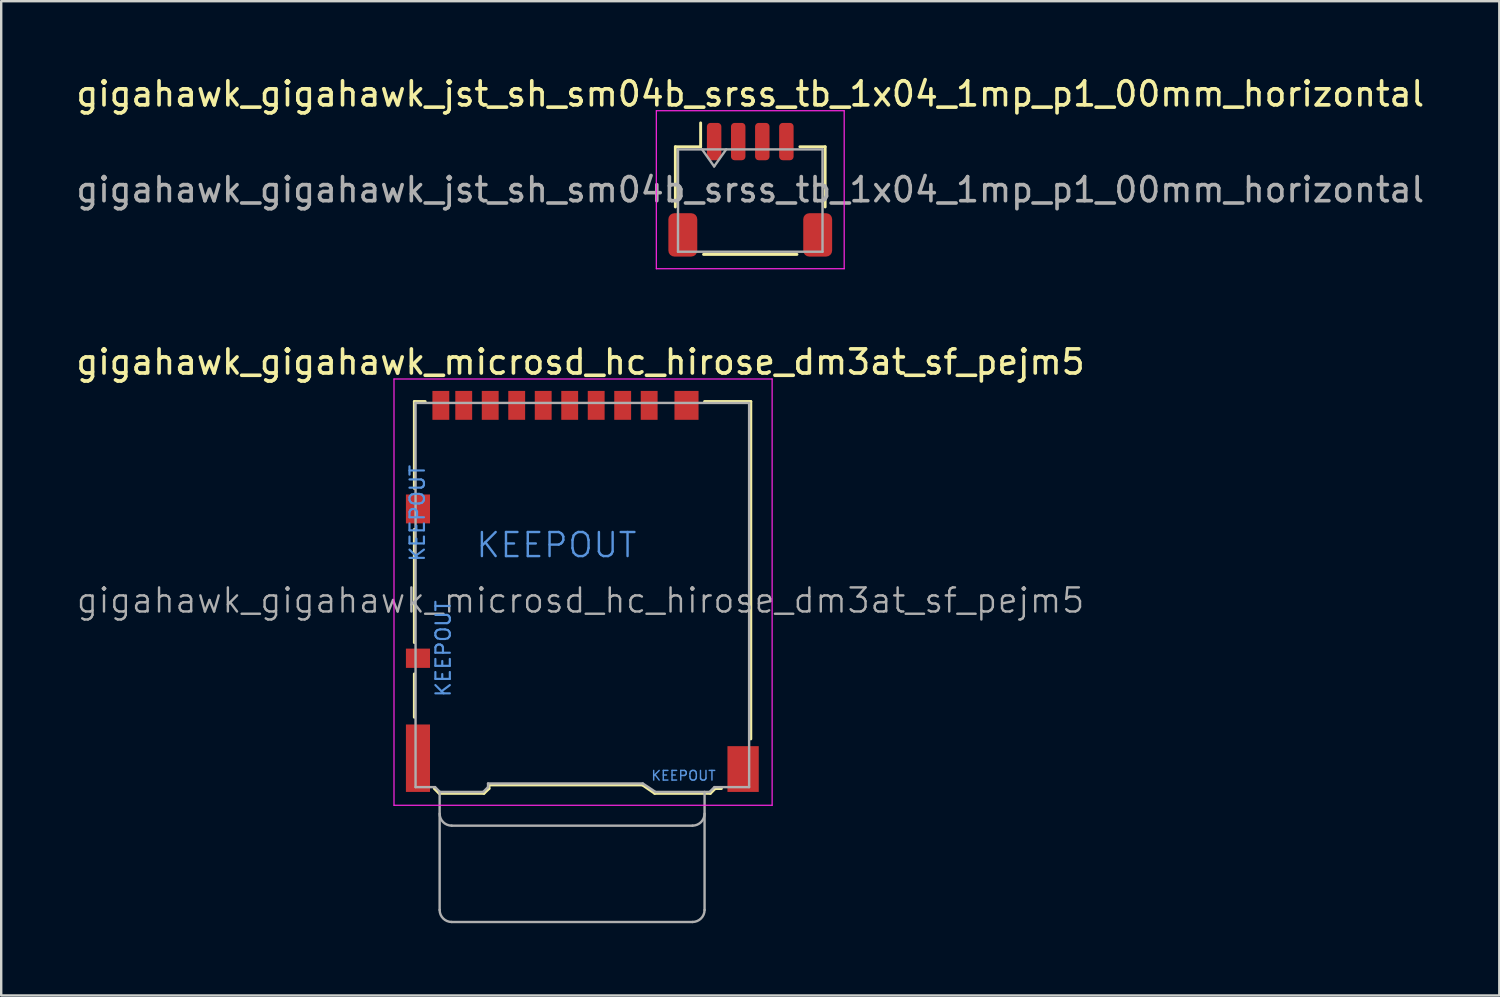
<source format=kicad_pcb>
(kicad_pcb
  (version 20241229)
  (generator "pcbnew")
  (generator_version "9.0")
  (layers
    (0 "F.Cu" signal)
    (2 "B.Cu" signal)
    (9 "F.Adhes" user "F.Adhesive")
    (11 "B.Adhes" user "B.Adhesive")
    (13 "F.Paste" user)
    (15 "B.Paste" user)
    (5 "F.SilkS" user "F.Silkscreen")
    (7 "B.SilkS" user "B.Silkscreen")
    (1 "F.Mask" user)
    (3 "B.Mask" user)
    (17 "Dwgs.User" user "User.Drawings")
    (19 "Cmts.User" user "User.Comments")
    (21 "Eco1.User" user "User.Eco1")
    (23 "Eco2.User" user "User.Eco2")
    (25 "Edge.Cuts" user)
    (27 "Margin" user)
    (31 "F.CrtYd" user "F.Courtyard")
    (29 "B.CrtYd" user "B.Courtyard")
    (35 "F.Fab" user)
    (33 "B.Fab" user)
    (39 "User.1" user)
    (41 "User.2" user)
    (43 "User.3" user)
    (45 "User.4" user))
  (footprint "gigahawk_gigahawk_microsd_hc_hirose_dm3at_sf_pejm5"
    (layer "F.Cu")
    (at 21.129 21.506)
    (property "Reference" "gigahawk_gigahawk_microsd_hc_hirose_dm3at_sf_pejm5" (at -0.075 -9.525 0) (layer "F.SilkS") (effects (font (size 1 1) (thickness 0.15))))
    (attr smd)
    (fp_line (start -6.975 -7.885) (end -6.975 -4.275) (stroke (width 0.12) (type solid)) (layer "F.SilkS"))
    (fp_line (start -6.975 -2.575) (end -6.975 2.125) (stroke (width 0.12) (type solid)) (layer "F.SilkS"))
    (fp_line (start -6.975 3.425) (end -6.975 5.225) (stroke (width 0.12) (type solid)) (layer "F.SilkS"))
    (fp_line (start -6.525 -7.885) (end -6.975 -7.885) (stroke (width 0.12) (type solid)) (layer "F.SilkS"))
    (fp_line (start -5.945 8.385) (end -6.145 8.185) (stroke (width 0.12) (type solid)) (layer "F.SilkS"))
    (fp_line (start -5.945 8.385) (end -4.085 8.385) (stroke (width 0.12) (type solid)) (layer "F.SilkS"))
    (fp_line (start -4.085 8.385) (end -3.875 8.185) (stroke (width 0.12) (type solid)) (layer "F.SilkS"))
    (fp_line (start -3.875 8.035) (end -3.875 8.185) (stroke (width 0.12) (type solid)) (layer "F.SilkS"))
    (fp_line (start -3.875 8.035) (end 2.495 8.035) (stroke (width 0.12) (type solid)) (layer "F.SilkS"))
    (fp_line (start 3.005 8.385) (end 2.495 8.035) (stroke (width 0.12) (type solid)) (layer "F.SilkS"))
    (fp_line (start 5.075 -7.885) (end 6.995 -7.885) (stroke (width 0.12) (type solid)) (layer "F.SilkS"))
    (fp_line (start 5.315 8.385) (end 3.005 8.385) (stroke (width 0.12) (type solid)) (layer "F.SilkS"))
    (fp_line (start 5.315 8.385) (end 5.515 8.185) (stroke (width 0.12) (type solid)) (layer "F.SilkS"))
    (fp_line (start 5.515 8.185) (end 5.775 8.185) (stroke (width 0.12) (type solid)) (layer "F.SilkS"))
    (fp_line (start 6.995 -7.885) (end 6.995 6.125) (stroke (width 0.12) (type solid)) (layer "F.SilkS"))
    (fp_line (start -7.82 -8.82) (end 7.88 -8.82) (stroke (width 0.05) (type solid)) (layer "F.CrtYd"))
    (fp_line (start -7.82 8.88) (end -7.82 -8.82) (stroke (width 0.05) (type solid)) (layer "F.CrtYd"))
    (fp_line (start 7.88 -8.82) (end 7.88 8.88) (stroke (width 0.05) (type solid)) (layer "F.CrtYd"))
    (fp_line (start 7.88 8.88) (end -7.82 8.88) (stroke (width 0.05) (type solid)) (layer "F.CrtYd"))
    (fp_line (start -6.925 8.125) (end -6.925 -7.825) (stroke (width 0.1) (type solid)) (layer "F.Fab"))
    (fp_line (start -6.115 8.125) (end -6.925 8.125) (stroke (width 0.1) (type solid)) (layer "F.Fab"))
    (fp_line (start -5.925 8.325) (end -5.925 13.225) (stroke (width 0.1) (type solid)) (layer "F.Fab"))
    (fp_line (start -5.915 8.325) (end -6.115 8.125) (stroke (width 0.1) (type solid)) (layer "F.Fab"))
    (fp_line (start -5.425 9.725) (end 4.575 9.725) (stroke (width 0.1) (type solid)) (layer "F.Fab"))
    (fp_line (start -5.425 13.725) (end 4.575 13.725) (stroke (width 0.1) (type solid)) (layer "F.Fab"))
    (fp_line (start -4.115 8.325) (end -5.915 8.325) (stroke (width 0.1) (type solid)) (layer "F.Fab"))
    (fp_line (start -3.915 8.125) (end -4.115 8.325) (stroke (width 0.1) (type solid)) (layer "F.Fab"))
    (fp_line (start -3.915 8.125) (end -3.915 7.975) (stroke (width 0.1) (type solid)) (layer "F.Fab"))
    (fp_line (start 2.51 7.975) (end -3.915 7.975) (stroke (width 0.1) (type solid)) (layer "F.Fab"))
    (fp_line (start 3.035 8.325) (end 2.51 7.975) (stroke (width 0.1) (type solid)) (layer "F.Fab"))
    (fp_line (start 5.075 13.225) (end 5.075 8.325) (stroke (width 0.1) (type solid)) (layer "F.Fab"))
    (fp_line (start 5.285 8.325) (end 3.035 8.325) (stroke (width 0.1) (type solid)) (layer "F.Fab"))
    (fp_line (start 5.285 8.325) (end 5.485 8.125) (stroke (width 0.1) (type solid)) (layer "F.Fab"))
    (fp_line (start 5.485 8.125) (end 6.925 8.125) (stroke (width 0.1) (type solid)) (layer "F.Fab"))
    (fp_line (start 6.925 -7.825) (end -6.925 -7.825) (stroke (width 0.1) (type solid)) (layer "F.Fab"))
    (fp_line (start 6.925 8.125) (end 6.925 -7.825) (stroke (width 0.1) (type solid)) (layer "F.Fab"))
    (fp_arc (start -5.425 9.725) (mid -5.778553 9.578553) (end -5.925 9.225) (stroke (width 0.1) (type solid)) (layer "F.Fab"))
    (fp_arc (start -5.425 13.725) (mid -5.778553 13.578553) (end -5.925 13.225) (stroke (width 0.1) (type solid)) (layer "F.Fab"))
    (fp_arc (start 5.075 9.225) (mid 4.928553 9.578553) (end 4.575 9.725) (stroke (width 0.1) (type solid)) (layer "F.Fab"))
    (fp_arc (start 5.075 13.225) (mid 4.928553 13.578553) (end 4.575 13.725) (stroke (width 0.1) (type solid)) (layer "F.Fab"))
    (fp_text user "KEEPOUT" (at -5.775 2.375 90) (layer "Cmts.User") (effects (font (size 0.6 0.6) (thickness 0.09))))
    (fp_text user "KEEPOUT" (at 4.2 7.65 0) (layer "Cmts.User") (effects (font (size 0.4 0.4) (thickness 0.06))))
    (fp_text user "KEEPOUT" (at -1.075 -1.925 0) (layer "Cmts.User") (effects (font (size 1 1) (thickness 0.1))))
    (fp_text user "KEEPOUT" (at -6.85 -3.25 90) (layer "Cmts.User") (effects (font (size 0.6 0.6) (thickness 0.09))))
    (fp_text user "${REFERENCE}" (at -0.075 0.375 0) (layer "F.Fab") (effects (font (size 1 1) (thickness 0.1))))
    (pad "1" smd rect (at 2.775 -7.725) (size 0.7 1.2) (layers "F.Cu" "F.Mask" "F.Paste"))
    (pad "2" smd rect (at 1.675 -7.725) (size 0.7 1.2) (layers "F.Cu" "F.Mask" "F.Paste"))
    (pad "3" smd rect (at 0.575 -7.725) (size 0.7 1.2) (layers "F.Cu" "F.Mask" "F.Paste"))
    (pad "4" smd rect (at -0.525 -7.725) (size 0.7 1.2) (layers "F.Cu" "F.Mask" "F.Paste"))
    (pad "5" smd rect (at -1.625 -7.725) (size 0.7 1.2) (layers "F.Cu" "F.Mask" "F.Paste"))
    (pad "6" smd rect (at -2.725 -7.725) (size 0.7 1.2) (layers "F.Cu" "F.Mask" "F.Paste"))
    (pad "7" smd rect (at -3.825 -7.725) (size 0.7 1.2) (layers "F.Cu" "F.Mask" "F.Paste"))
    (pad "8" smd rect (at -4.925 -7.725) (size 0.7 1.2) (layers "F.Cu" "F.Mask" "F.Paste"))
    (pad "9" smd rect (at -5.875 -7.725) (size 0.7 1.2) (layers "F.Cu" "F.Mask" "F.Paste"))
    (pad "10" smd rect (at -6.825 2.775) (size 1 0.8) (layers "F.Cu" "F.Mask" "F.Paste"))
    (pad "11" smd rect (at -6.825 -3.425) (size 1 1.2) (layers "F.Cu" "F.Mask" "F.Paste"))
    (pad "11" smd rect (at -6.825 6.925) (size 1 2.8) (layers "F.Cu" "F.Mask" "F.Paste"))
    (pad "11" smd rect (at 4.325 -7.725) (size 1 1.2) (layers "F.Cu" "F.Mask" "F.Paste"))
    (pad "11" smd rect (at 6.675 7.375) (size 1.3 1.9) (layers "F.Cu" "F.Mask" "F.Paste"))
    (zone (net_name "") (layer "F.Cu") (hatch full 0.508) (connect_pads) (min_thickness 0.254) (filled_areas_thickness no) (keepout (tracks not_allowed) (vias not_allowed) (pads not_allowed) (copperpour not_allowed) (footprints not_allowed)) (placement (enabled no)) (fill) (polygon (pts (xy 14.654 17.482) (xy 13.904 17.482) (xy 13.904 14.232) (xy 14.654 14.232))))
    (zone (net_name "") (layer "F.Cu") (hatch full 0.508) (connect_pads) (min_thickness 0.254) (filled_areas_thickness no) (keepout (tracks not_allowed) (vias not_allowed) (pads not_allowed) (copperpour not_allowed) (footprints not_allowed)) (placement (enabled no)) (fill) (polygon (pts (xy 14.654 22.282) (xy 13.904 22.282) (xy 13.904 18.681) (xy 14.654 18.681))))
    (zone (net_name "") (layer "F.Cu") (hatch full 0.508) (connect_pads) (min_thickness 0.254) (filled_areas_thickness no) (keepout (tracks not_allowed) (vias not_allowed) (pads not_allowed) (copperpour not_allowed) (footprints not_allowed)) (placement (enabled no)) (fill) (polygon (pts (xy 15.004 20.081) (xy 15.704 20.081) (xy 15.704 27.681) (xy 15.004 27.681))))
    (zone (net_name "") (layer "F.Cu") (hatch full 0.508) (connect_pads) (min_thickness 0.254) (filled_areas_thickness no) (keepout (tracks not_allowed) (vias not_allowed) (pads not_allowed) (copperpour not_allowed) (footprints not_allowed)) (placement (enabled no)) (fill) (polygon (pts (xy 24.054 28.482) (xy 26.604 28.482) (xy 26.604 29.831) (xy 24.054 29.831))))
    (zone (net_name "") (layer "F.Cu") (hatch full 0.508) (connect_pads) (min_thickness 0.254) (filled_areas_thickness no) (keepout (tracks not_allowed) (vias not_allowed) (pads not_allowed) (copperpour not_allowed) (footprints not_allowed)) (placement (enabled no)) (fill) (polygon (pts (xy 24.404 20.381) (xy 15.704 20.381) (xy 15.704 18.782) (xy 24.404 18.782)))))
  (footprint "gigahawk_gigahawk_jst_sh_sm04b_srss_tb_1x04_1mp_p1_00mm_horizontal"
    (layer "F.Cu")
    (at 28.101 4.828)
    (property "Reference" "gigahawk_gigahawk_jst_sh_sm04b_srss_tb_1x04_1mp_p1_00mm_horizontal" (at 0 -3.98 0) (layer "F.SilkS") (effects (font (size 1 1) (thickness 0.15))))
    (attr smd)
    (fp_line (start -3.11 -1.785) (end -2.06 -1.785) (stroke (width 0.12) (type solid)) (layer "F.SilkS"))
    (fp_line (start -3.11 0.715) (end -3.11 -1.785) (stroke (width 0.12) (type solid)) (layer "F.SilkS"))
    (fp_line (start -2.06 -1.785) (end -2.06 -2.775) (stroke (width 0.12) (type solid)) (layer "F.SilkS"))
    (fp_line (start -1.94 2.685) (end 1.94 2.685) (stroke (width 0.12) (type solid)) (layer "F.SilkS"))
    (fp_line (start 3.11 -1.785) (end 2.06 -1.785) (stroke (width 0.12) (type solid)) (layer "F.SilkS"))
    (fp_line (start 3.11 0.715) (end 3.11 -1.785) (stroke (width 0.12) (type solid)) (layer "F.SilkS"))
    (fp_line (start -3.9 -3.28) (end -3.9 3.28) (stroke (width 0.05) (type solid)) (layer "F.CrtYd"))
    (fp_line (start -3.9 3.28) (end 3.9 3.28) (stroke (width 0.05) (type solid)) (layer "F.CrtYd"))
    (fp_line (start 3.9 -3.28) (end -3.9 -3.28) (stroke (width 0.05) (type solid)) (layer "F.CrtYd"))
    (fp_line (start 3.9 3.28) (end 3.9 -3.28) (stroke (width 0.05) (type solid)) (layer "F.CrtYd"))
    (fp_line (start -3 -1.675) (end -3 2.575) (stroke (width 0.1) (type solid)) (layer "F.Fab"))
    (fp_line (start -3 -1.675) (end 3 -1.675) (stroke (width 0.1) (type solid)) (layer "F.Fab"))
    (fp_line (start -3 2.575) (end 3 2.575) (stroke (width 0.1) (type solid)) (layer "F.Fab"))
    (fp_line (start -2 -1.675) (end -1.5 -0.968) (stroke (width 0.1) (type solid)) (layer "F.Fab"))
    (fp_line (start -1.5 -0.968) (end -1 -1.675) (stroke (width 0.1) (type solid)) (layer "F.Fab"))
    (fp_line (start 3 -1.675) (end 3 2.575) (stroke (width 0.1) (type solid)) (layer "F.Fab"))
    (fp_text user "${REFERENCE}" (at 0 0 0) (layer "F.Fab") (effects (font (size 1 1) (thickness 0.15))))
    (pad "1" smd roundrect (at -1.5 -2) (size 0.6 1.55) (layers "F.Cu" "F.Mask" "F.Paste") (roundrect_rratio 0.25))
    (pad "2" smd roundrect (at -0.5 -2) (size 0.6 1.55) (layers "F.Cu" "F.Mask" "F.Paste") (roundrect_rratio 0.25))
    (pad "3" smd roundrect (at 0.5 -2) (size 0.6 1.55) (layers "F.Cu" "F.Mask" "F.Paste") (roundrect_rratio 0.25))
    (pad "4" smd roundrect (at 1.5 -2) (size 0.6 1.55) (layers "F.Cu" "F.Mask" "F.Paste") (roundrect_rratio 0.25))
    (pad "MP" smd roundrect (at -2.8 1.875) (size 1.2 1.8) (layers "F.Cu" "F.Mask" "F.Paste") (roundrect_rratio 0.208))
    (pad "MP" smd roundrect (at 2.8 1.875) (size 1.2 1.8) (layers "F.Cu" "F.Mask" "F.Paste") (roundrect_rratio 0.208)))
  (gr_rect
    (start -3 -3)
    (end 59.202 38.282)
    (stroke (width 0.1) (type default))
    (fill no)
    (layer "Edge.Cuts")))
</source>
